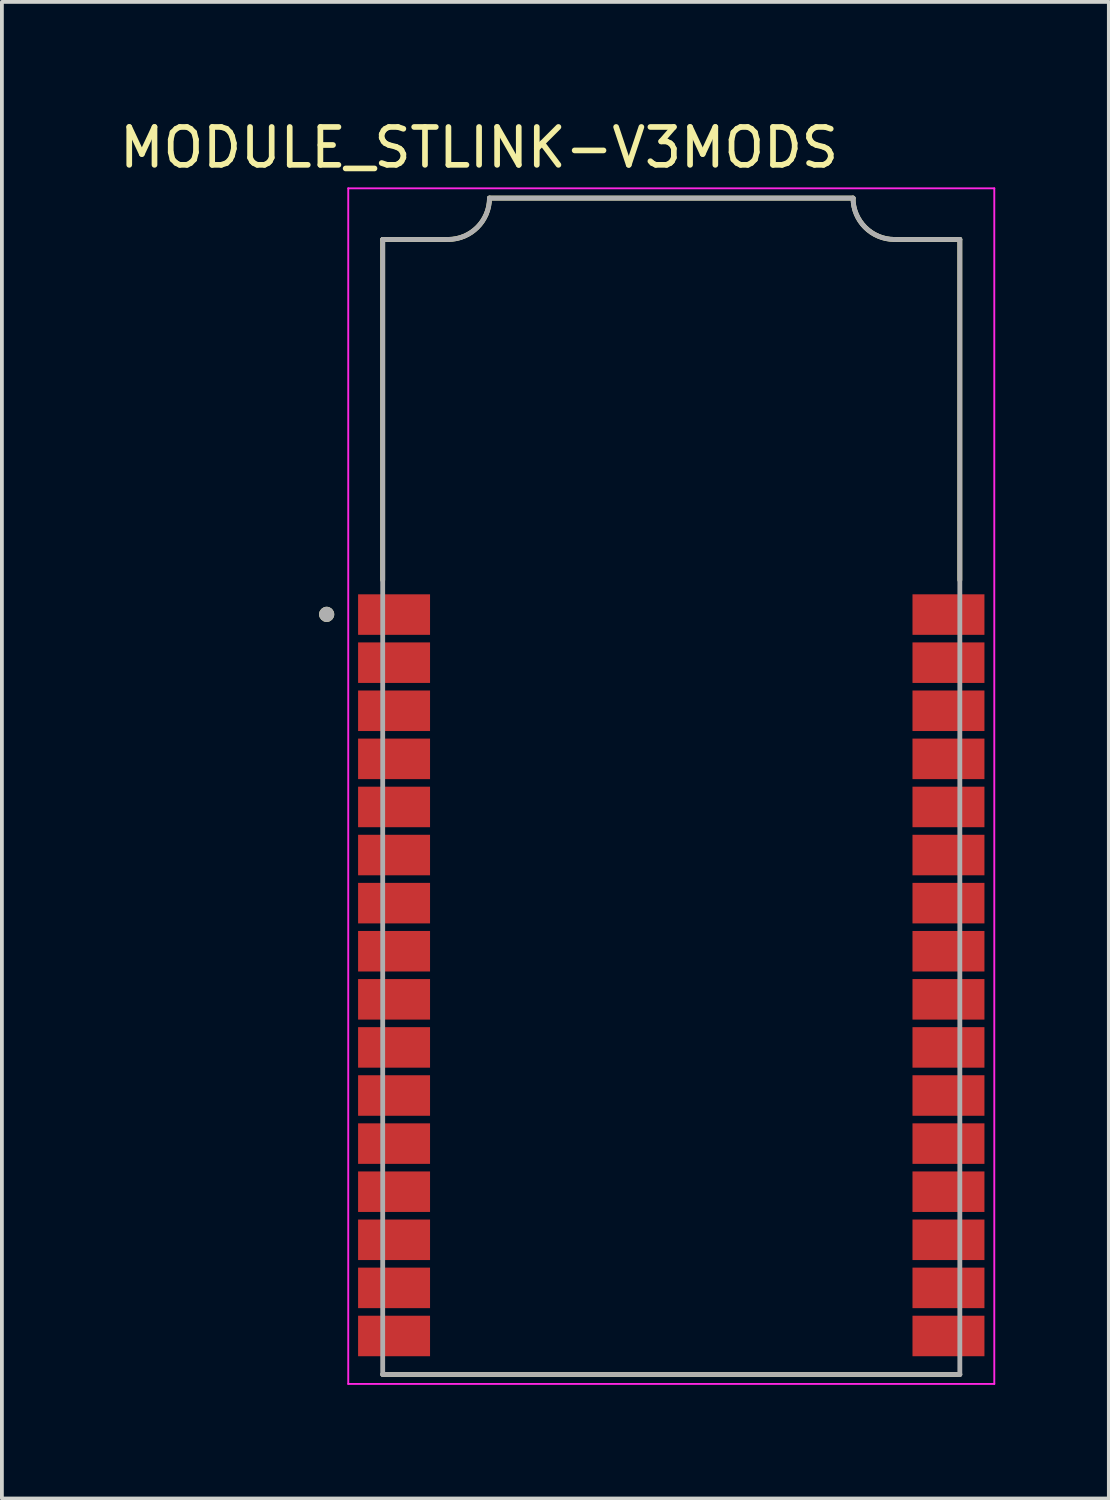
<source format=kicad_pcb>
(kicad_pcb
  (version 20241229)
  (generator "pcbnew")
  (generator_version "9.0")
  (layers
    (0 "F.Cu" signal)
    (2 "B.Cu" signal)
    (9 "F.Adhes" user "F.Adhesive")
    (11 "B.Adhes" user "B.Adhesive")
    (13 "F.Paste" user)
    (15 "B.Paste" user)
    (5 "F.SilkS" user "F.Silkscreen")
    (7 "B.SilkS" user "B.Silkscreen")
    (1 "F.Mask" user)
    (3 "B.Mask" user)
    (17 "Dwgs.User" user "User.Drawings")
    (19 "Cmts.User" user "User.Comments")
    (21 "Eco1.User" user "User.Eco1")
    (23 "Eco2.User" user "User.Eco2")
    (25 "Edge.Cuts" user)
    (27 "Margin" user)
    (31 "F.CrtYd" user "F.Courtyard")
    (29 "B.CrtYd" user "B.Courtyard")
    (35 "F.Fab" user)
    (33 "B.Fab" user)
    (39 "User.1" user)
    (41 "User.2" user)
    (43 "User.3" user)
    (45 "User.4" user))
  (footprint "MODULE_STLINK-V3MODS"
    (layer "F.Cu")
    (at 14.676 3.273)
    (property "Reference" "MODULE_STLINK-V3MODS" (at -5.075 -2.425 0) (layer "F.SilkS") (effects (font (size 1 1) (thickness 0.15))))
    (attr through_hole)
    (fp_line (start -7.62 0) (end -5.893 0) (stroke (width 0.127) (type solid)) (layer "F.SilkS"))
    (fp_line (start -7.62 8.995) (end -7.62 0) (stroke (width 0.127) (type solid)) (layer "F.SilkS"))
    (fp_line (start -7.62 29.972) (end 7.62 29.972) (stroke (width 0.127) (type solid)) (layer "F.SilkS"))
    (fp_line (start -4.801 -1.092) (end 4.801 -1.092) (stroke (width 0.127) (type solid)) (layer "F.SilkS"))
    (fp_line (start 5.893 0) (end 7.62 0) (stroke (width 0.127) (type solid)) (layer "F.SilkS"))
    (fp_line (start 7.62 8.995) (end 7.62 0) (stroke (width 0.127) (type solid)) (layer "F.SilkS"))
    (fp_arc (start -4.8006 -1.0922) (mid -5.120498 -0.319898) (end -5.8928 0) (stroke (width 0.127) (type solid)) (layer "F.SilkS"))
    (fp_arc (start 5.8928 0) (mid 5.120498 -0.319898) (end 4.8006 -1.0922) (stroke (width 0.127) (type solid)) (layer "F.SilkS"))
    (fp_circle (center -9.1 9.9) (end -9 9.9) (stroke (width 0.2) (type solid)) (fill no) (layer "F.SilkS"))
    (fp_line (start -8.53 -1.35) (end 8.53 -1.35) (stroke (width 0.05) (type solid)) (layer "F.CrtYd"))
    (fp_line (start -8.53 30.222) (end -8.53 -1.35) (stroke (width 0.05) (type solid)) (layer "F.CrtYd"))
    (fp_line (start 8.53 -1.35) (end 8.53 30.222) (stroke (width 0.05) (type solid)) (layer "F.CrtYd"))
    (fp_line (start 8.53 30.222) (end -8.53 30.222) (stroke (width 0.05) (type solid)) (layer "F.CrtYd"))
    (fp_line (start -7.62 0) (end -5.893 0) (stroke (width 0.127) (type solid)) (layer "F.Fab"))
    (fp_line (start -7.62 29.972) (end -7.62 0) (stroke (width 0.127) (type solid)) (layer "F.Fab"))
    (fp_line (start -7.62 29.972) (end 7.62 29.972) (stroke (width 0.127) (type solid)) (layer "F.Fab"))
    (fp_line (start -4.801 -1.092) (end 4.801 -1.092) (stroke (width 0.127) (type solid)) (layer "F.Fab"))
    (fp_line (start 5.893 0) (end 7.62 0) (stroke (width 0.127) (type solid)) (layer "F.Fab"))
    (fp_line (start 7.62 29.972) (end 7.62 0) (stroke (width 0.127) (type solid)) (layer "F.Fab"))
    (fp_arc (start -4.8006 -1.0922) (mid -5.120498 -0.319898) (end -5.8928 0) (stroke (width 0.127) (type solid)) (layer "F.Fab"))
    (fp_arc (start 5.8928 0) (mid 5.120498 -0.319898) (end 4.8006 -1.0922) (stroke (width 0.127) (type solid)) (layer "F.Fab"))
    (fp_circle (center -9.1 9.9) (end -9 9.9) (stroke (width 0.2) (type solid)) (fill no) (layer "F.Fab"))
    (pad "1" smd rect (at -7.32 9.906) (size 1.9 1.07) (layers "F.Cu" "F.Mask" "F.Paste"))
    (pad "2" smd rect (at -7.32 11.176) (size 1.9 1.07) (layers "F.Cu" "F.Mask" "F.Paste"))
    (pad "3" smd rect (at -7.32 12.446) (size 1.9 1.07) (layers "F.Cu" "F.Mask" "F.Paste"))
    (pad "4" smd rect (at -7.32 13.716) (size 1.9 1.07) (layers "F.Cu" "F.Mask" "F.Paste"))
    (pad "5" smd rect (at -7.32 14.986) (size 1.9 1.07) (layers "F.Cu" "F.Mask" "F.Paste"))
    (pad "6" smd rect (at -7.32 16.256) (size 1.9 1.07) (layers "F.Cu" "F.Mask" "F.Paste"))
    (pad "7" smd rect (at -7.32 17.526) (size 1.9 1.07) (layers "F.Cu" "F.Mask" "F.Paste"))
    (pad "8" smd rect (at -7.32 18.796) (size 1.9 1.07) (layers "F.Cu" "F.Mask" "F.Paste"))
    (pad "9" smd rect (at -7.32 20.066) (size 1.9 1.07) (layers "F.Cu" "F.Mask" "F.Paste"))
    (pad "10" smd rect (at -7.32 21.336) (size 1.9 1.07) (layers "F.Cu" "F.Mask" "F.Paste"))
    (pad "11" smd rect (at -7.32 22.606) (size 1.9 1.07) (layers "F.Cu" "F.Mask" "F.Paste"))
    (pad "12" smd rect (at -7.32 23.876) (size 1.9 1.07) (layers "F.Cu" "F.Mask" "F.Paste"))
    (pad "13" smd rect (at -7.32 25.146) (size 1.9 1.07) (layers "F.Cu" "F.Mask" "F.Paste"))
    (pad "14" smd rect (at -7.32 26.416) (size 1.9 1.07) (layers "F.Cu" "F.Mask" "F.Paste"))
    (pad "15" smd rect (at -7.32 27.686) (size 1.9 1.07) (layers "F.Cu" "F.Mask" "F.Paste"))
    (pad "16" smd rect (at -7.32 28.956) (size 1.9 1.07) (layers "F.Cu" "F.Mask" "F.Paste"))
    (pad "17" smd rect (at 7.32 28.956 180) (size 1.9 1.07) (layers "F.Cu" "F.Mask" "F.Paste"))
    (pad "18" smd rect (at 7.32 27.686 180) (size 1.9 1.07) (layers "F.Cu" "F.Mask" "F.Paste"))
    (pad "19" smd rect (at 7.32 26.416 180) (size 1.9 1.07) (layers "F.Cu" "F.Mask" "F.Paste"))
    (pad "20" smd rect (at 7.32 25.146 180) (size 1.9 1.07) (layers "F.Cu" "F.Mask" "F.Paste"))
    (pad "21" smd rect (at 7.32 23.876 180) (size 1.9 1.07) (layers "F.Cu" "F.Mask" "F.Paste"))
    (pad "22" smd rect (at 7.32 22.606 180) (size 1.9 1.07) (layers "F.Cu" "F.Mask" "F.Paste"))
    (pad "23" smd rect (at 7.32 21.336 180) (size 1.9 1.07) (layers "F.Cu" "F.Mask" "F.Paste"))
    (pad "24" smd rect (at 7.32 20.066 180) (size 1.9 1.07) (layers "F.Cu" "F.Mask" "F.Paste"))
    (pad "25" smd rect (at 7.32 18.796 180) (size 1.9 1.07) (layers "F.Cu" "F.Mask" "F.Paste"))
    (pad "26" smd rect (at 7.32 17.526 180) (size 1.9 1.07) (layers "F.Cu" "F.Mask" "F.Paste"))
    (pad "27" smd rect (at 7.32 16.256 180) (size 1.9 1.07) (layers "F.Cu" "F.Mask" "F.Paste"))
    (pad "28" smd rect (at 7.32 14.986 180) (size 1.9 1.07) (layers "F.Cu" "F.Mask" "F.Paste"))
    (pad "29" smd rect (at 7.32 13.716 180) (size 1.9 1.07) (layers "F.Cu" "F.Mask" "F.Paste"))
    (pad "30" smd rect (at 7.32 12.446 180) (size 1.9 1.07) (layers "F.Cu" "F.Mask" "F.Paste"))
    (pad "31" smd rect (at 7.32 11.176 180) (size 1.9 1.07) (layers "F.Cu" "F.Mask" "F.Paste"))
    (pad "32" smd rect (at 7.32 9.906 180) (size 1.9 1.07) (layers "F.Cu" "F.Mask" "F.Paste")))
  (gr_rect
    (start -3 -3)
    (end 26.231 36.52)
    (stroke (width 0.1) (type default))
    (fill no)
    (layer "Edge.Cuts")))
</source>
